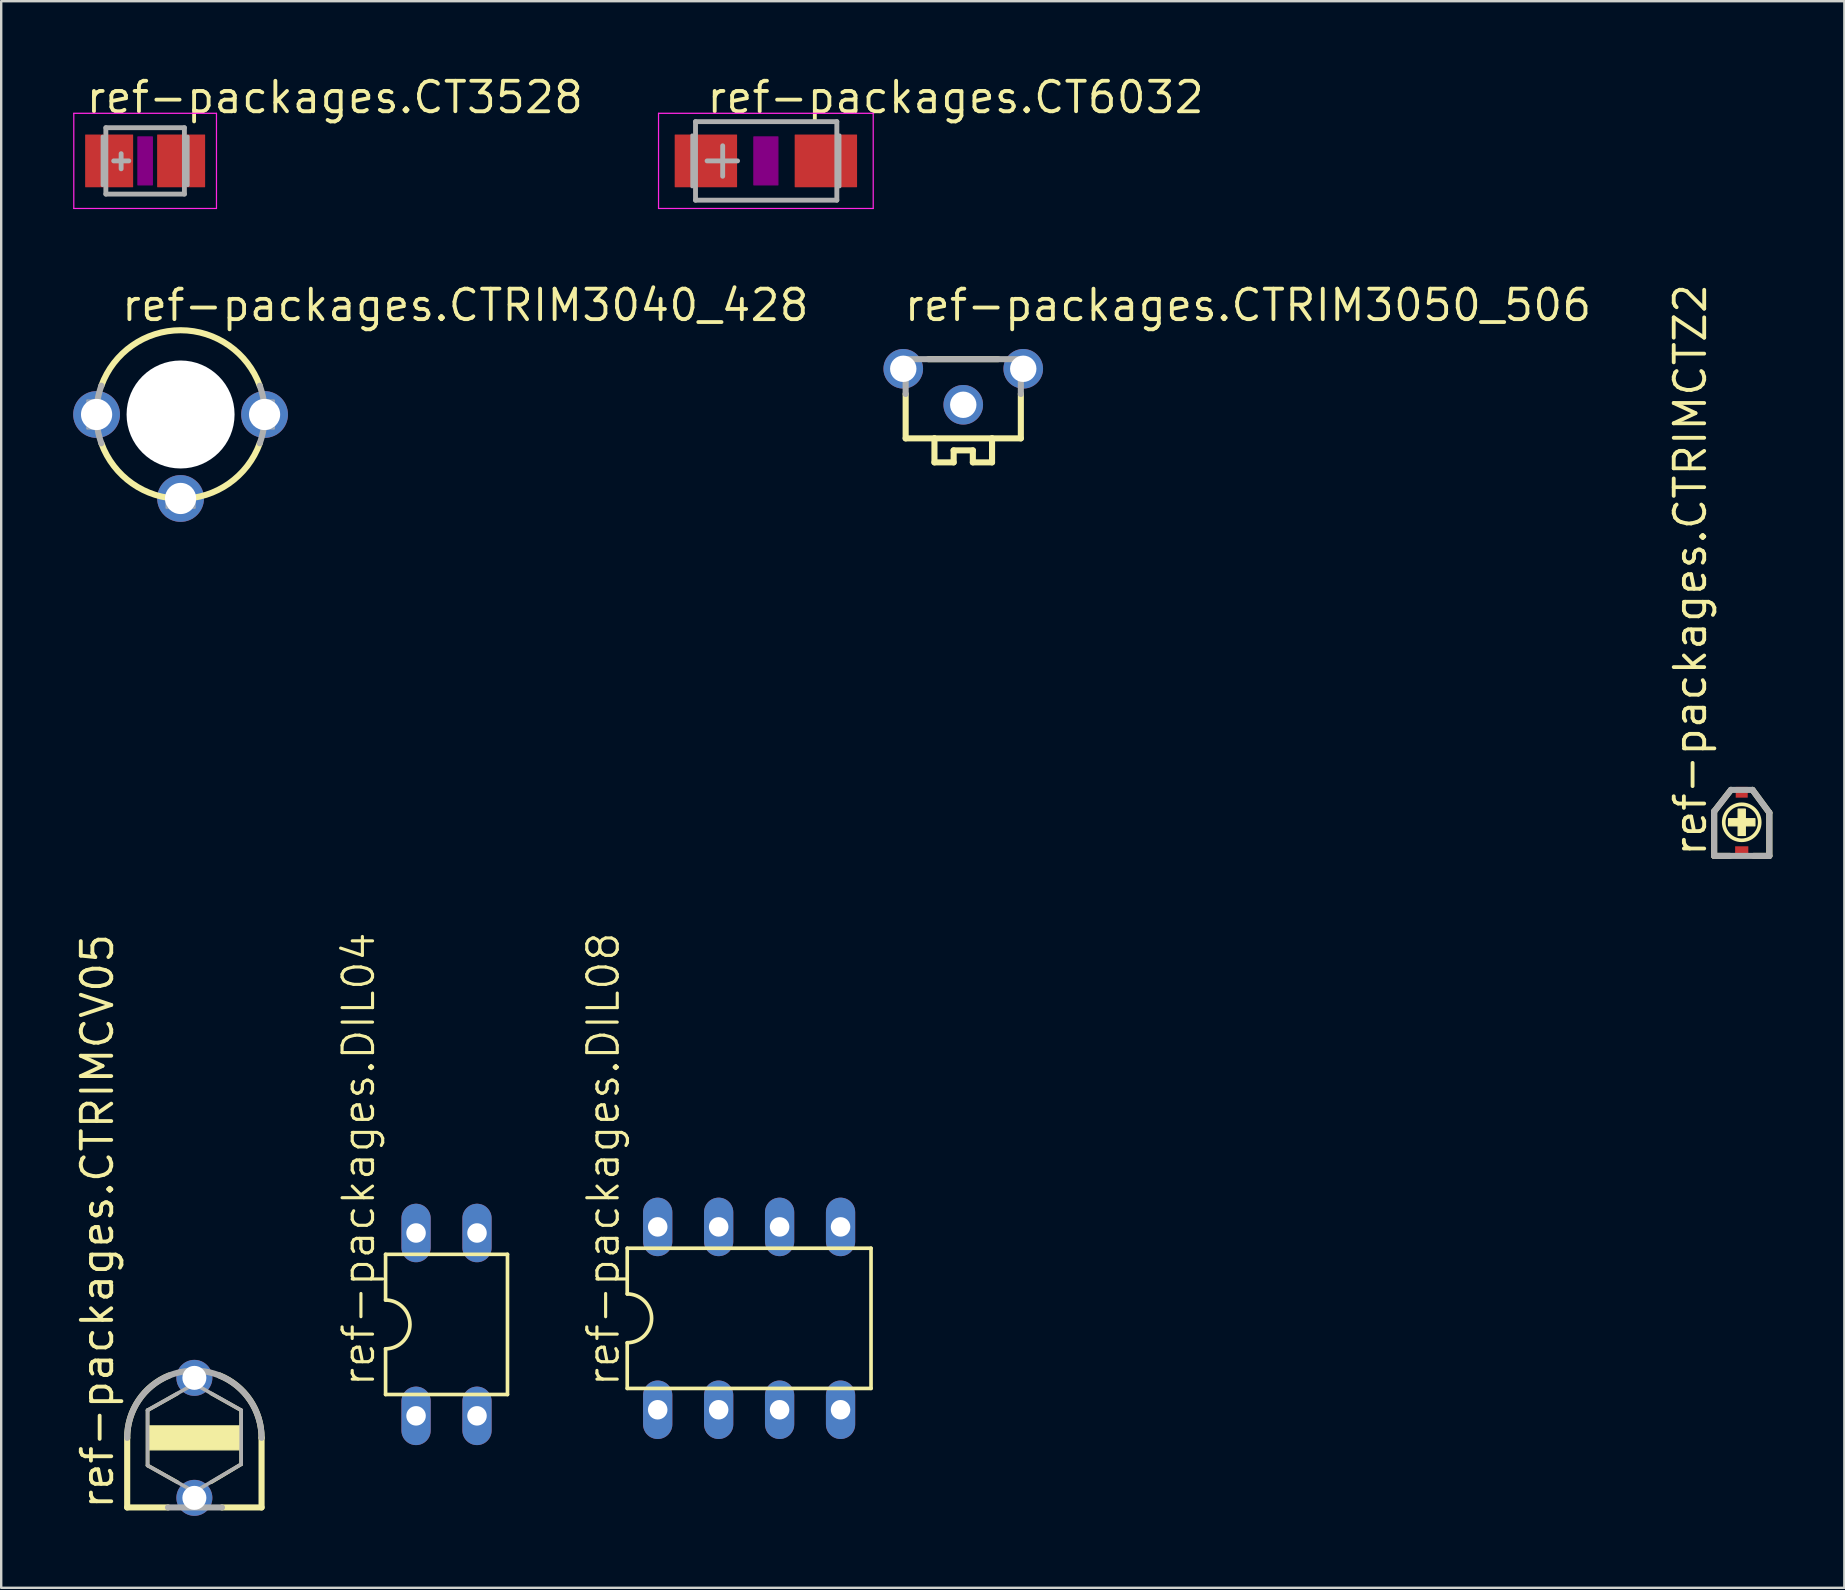
<source format=kicad_pcb>
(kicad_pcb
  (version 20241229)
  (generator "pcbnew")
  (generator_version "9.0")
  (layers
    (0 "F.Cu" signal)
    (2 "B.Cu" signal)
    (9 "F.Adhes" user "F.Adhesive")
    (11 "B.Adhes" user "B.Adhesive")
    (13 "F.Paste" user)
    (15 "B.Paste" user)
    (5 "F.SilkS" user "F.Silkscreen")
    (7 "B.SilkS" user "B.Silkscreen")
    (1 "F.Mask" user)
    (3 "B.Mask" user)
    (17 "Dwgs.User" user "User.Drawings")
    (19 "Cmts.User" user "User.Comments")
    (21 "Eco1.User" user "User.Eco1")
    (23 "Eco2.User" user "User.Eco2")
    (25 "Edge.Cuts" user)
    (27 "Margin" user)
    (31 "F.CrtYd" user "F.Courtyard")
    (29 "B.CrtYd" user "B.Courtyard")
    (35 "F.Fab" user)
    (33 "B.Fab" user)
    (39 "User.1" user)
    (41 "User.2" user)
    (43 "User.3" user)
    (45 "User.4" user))
  (footprint "ref-packages.DIL04"
    (layer "F.Cu")
    (at 15.558 52.142)
    (property "Reference" "ref-packages.DIL04" (at -2.921 2.667 90) (layer "F.SilkS") (effects (font (size 1.27 1.27) (thickness 0.13)) (justify left bottom)))
    (attr through_hole)
    (fp_line (start -2.54 -2.921) (end -2.54 -1.016) (stroke (width 0.152) (type default)) (layer "F.SilkS"))
    (fp_line (start -2.54 2.921) (end -2.54 1.016) (stroke (width 0.152) (type default)) (layer "F.SilkS"))
    (fp_line (start -2.54 2.921) (end 2.54 2.921) (stroke (width 0.152) (type default)) (layer "F.SilkS"))
    (fp_line (start 2.54 -2.921) (end -2.54 -2.921) (stroke (width 0.152) (type default)) (layer "F.SilkS"))
    (fp_line (start 2.54 -2.921) (end 2.54 2.921) (stroke (width 0.152) (type default)) (layer "F.SilkS"))
    (fp_arc (start -2.54 -1.016) (mid -1.524 0) (end -2.54 1.016) (stroke (width 0.1524) (type default)) (layer "F.SilkS"))
    (pad "1" thru_hole oval (at -1.27 3.81 90) (size 2.438 1.219) (drill 0.813) (layers "*.Cu" "*.Mask"))
    (pad "2" thru_hole oval (at 1.27 3.81 90) (size 2.438 1.219) (drill 0.813) (layers "*.Cu" "*.Mask"))
    (pad "3" thru_hole oval (at 1.27 -3.81 90) (size 2.438 1.219) (drill 0.813) (layers "*.Cu" "*.Mask"))
    (pad "4" thru_hole oval (at -1.27 -3.81 90) (size 2.438 1.219) (drill 0.813) (layers "*.Cu" "*.Mask")))
  (footprint "ref-packages.CTRIM3050_506"
    (layer "F.Cu")
    (at 37.091 13.588)
    (property "Reference" "ref-packages.CTRIM3050_506" (at -2.54 -3.175 0) (layer "F.SilkS") (effects (font (size 1.27 1.27) (thickness 0.16)) (justify left bottom)))
    (attr through_hole)
    (fp_line (start -2.4 -0.22) (end -2.4 1.63) (stroke (width 0.254) (type default)) (layer "F.SilkS"))
    (fp_line (start -1.45 -1.67) (end 1.45 -1.67) (stroke (width 0.254) (type default)) (layer "F.SilkS"))
    (fp_line (start -1.2 1.63) (end -2.4 1.63) (stroke (width 0.254) (type default)) (layer "F.SilkS"))
    (fp_line (start -1.2 1.63) (end 1.2 1.63) (stroke (width 0.254) (type default)) (layer "F.SilkS"))
    (fp_line (start -1.2 2.63) (end -1.2 1.63) (stroke (width 0.254) (type default)) (layer "F.SilkS"))
    (fp_line (start -1.2 2.63) (end -0.4 2.63) (stroke (width 0.254) (type default)) (layer "F.SilkS"))
    (fp_line (start -0.4 2.13) (end 0.4 2.13) (stroke (width 0.254) (type default)) (layer "F.SilkS"))
    (fp_line (start -0.4 2.63) (end -0.4 2.13) (stroke (width 0.254) (type default)) (layer "F.SilkS"))
    (fp_line (start 0.4 2.13) (end 0.4 2.63) (stroke (width 0.254) (type default)) (layer "F.SilkS"))
    (fp_line (start 0.4 2.63) (end 1.2 2.63) (stroke (width 0.254) (type default)) (layer "F.SilkS"))
    (fp_line (start 1.2 1.63) (end 1.2 2.63) (stroke (width 0.254) (type default)) (layer "F.SilkS"))
    (fp_line (start 1.2 1.63) (end 2.4 1.63) (stroke (width 0.254) (type default)) (layer "F.SilkS"))
    (fp_line (start 2.4 1.63) (end 2.4 -0.22) (stroke (width 0.254) (type default)) (layer "F.SilkS"))
    (fp_line (start -2.4 -0.22) (end -2.4 -1.67) (stroke (width 0.254) (type default)) (layer "F.Fab"))
    (fp_line (start 2.4 -1.67) (end -2.4 -1.67) (stroke (width 0.254) (type default)) (layer "F.Fab"))
    (fp_line (start 2.4 -0.22) (end 2.4 -1.67) (stroke (width 0.254) (type default)) (layer "F.Fab"))
    (pad "1A" thru_hole circle (at -2.5 -1.27) (size 1.65 1.65) (drill 1.1) (layers "*.Cu" "*.Mask"))
    (pad "1B" thru_hole circle (at 2.5 -1.27) (size 1.65 1.65) (drill 1.1) (layers "*.Cu" "*.Mask"))
    (pad "2" thru_hole circle (at 0 0.23) (size 1.65 1.65) (drill 1.1) (layers "*.Cu" "*.Mask")))
  (footprint "ref-packages.CT3528"
    (layer "F.Cu")
    (at 2.998 3.655)
    (property "Reference" "ref-packages.CT3528" (at -2.54 -1.905 0) (layer "F.SilkS") (effects (font (size 1.27 1.27) (thickness 0.16)) (justify left bottom)))
    (attr smd)
    (fp_rect (start -0.3 1) (end 0.3 -1) (stroke (width 0.05) (type default)) (fill yes) (layer "F.Adhes"))
    (fp_line (start -2.973 -1.983) (end 2.973 -1.983) (stroke (width 0.051) (type default)) (layer "F.CrtYd"))
    (fp_line (start -2.973 1.983) (end -2.973 -1.983) (stroke (width 0.051) (type default)) (layer "F.CrtYd"))
    (fp_line (start 2.973 -1.983) (end 2.973 1.983) (stroke (width 0.051) (type default)) (layer "F.CrtYd"))
    (fp_line (start 2.973 1.983) (end -2.973 1.983) (stroke (width 0.051) (type default)) (layer "F.CrtYd"))
    (fp_line (start -1.778 -1.016) (end -1.778 1.016) (stroke (width 0.152) (type default)) (layer "F.Fab"))
    (fp_line (start -1.637 1.383) (end -1.637 -1.383) (stroke (width 0.203) (type default)) (layer "F.Fab"))
    (fp_line (start -1 -0.3) (end -1 0.33) (stroke (width 0.203) (type default)) (layer "F.Fab"))
    (fp_line (start -0.68 0) (end -1.31 0) (stroke (width 0.203) (type default)) (layer "F.Fab"))
    (fp_line (start 1.637 -1.383) (end -1.637 -1.383) (stroke (width 0.203) (type default)) (layer "F.Fab"))
    (fp_line (start 1.637 1.383) (end -1.637 1.383) (stroke (width 0.203) (type default)) (layer "F.Fab"))
    (fp_line (start 1.637 1.383) (end 1.637 -1.383) (stroke (width 0.203) (type default)) (layer "F.Fab"))
    (fp_line (start 1.778 -1.016) (end 1.778 1.016) (stroke (width 0.152) (type default)) (layer "F.Fab"))
    (pad "+" smd roundrect (at -1.5 0) (size 2 2.2) (layers "F.Cu" "F.Mask" "F.Paste") (roundrect_rratio 0.01))
    (pad "-" smd roundrect (at 1.5 0) (size 2 2.2) (layers "F.Cu" "F.Mask" "F.Paste") (roundrect_rratio 0.01)))
  (footprint "ref-packages.CTRIM3040_428"
    (layer "F.Cu")
    (at 4.475 14.223)
    (property "Reference" "ref-packages.CTRIM3040_428" (at -2.54 -3.81 0) (layer "F.SilkS") (effects (font (size 1.27 1.27) (thickness 0.16)) (justify left bottom)))
    (attr through_hole)
    (fp_line (start -0.3 1.5) (end 0.7 -1.3) (stroke (width 0.152) (type default)) (layer "F.SilkS"))
    (fp_line (start 0.3 -1.5) (end -0.7 1.3) (stroke (width 0.152) (type default)) (layer "F.SilkS"))
    (fp_arc (start -3.3 -1.2) (mid 0 -3.51141) (end 3.3 -1.2) (stroke (width 0.254) (type default)) (layer "F.SilkS"))
    (fp_arc (start 3.3 1.2) (mid 0 3.51141) (end -3.3 1.2) (stroke (width 0.254) (type default)) (layer "F.SilkS"))
    (fp_circle (center 0 0) (end 1.6 0) (stroke (width 0.152) (type default)) (fill no) (layer "F.SilkS"))
    (fp_rect (start -3.9 0.6) (end -3.5 -0.6) (stroke (width 0.05) (type default)) (fill no) (layer "F.Fab"))
    (fp_rect (start -0.6 3.9) (end 0.6 3.5) (stroke (width 0.05) (type default)) (fill no) (layer "F.Fab"))
    (fp_rect (start 3.5 0.6) (end 3.9 -0.6) (stroke (width 0.05) (type default)) (fill no) (layer "F.Fab"))
    (fp_arc (start -3.3 1.2) (mid -3.51141 0) (end -3.3 -1.2) (stroke (width 0.254) (type default)) (layer "F.Fab"))
    (fp_arc (start 3.3 -1.2) (mid 3.51141 0) (end 3.3 1.2) (stroke (width 0.254) (type default)) (layer "F.Fab"))
    (pad "" np_thru_hole circle (at 0 0) (size 4.5 4.5) (drill 4.5) (layers "*.Cu" "*.Mask"))
    (pad "1A" thru_hole circle (at -3.5 0) (size 1.95 1.95) (drill 1.3) (layers "*.Cu" "*.Mask"))
    (pad "1B" thru_hole circle (at 3.5 0) (size 1.95 1.95) (drill 1.3) (layers "*.Cu" "*.Mask"))
    (pad "2" thru_hole circle (at 0 3.5) (size 1.95 1.95) (drill 1.3) (layers "*.Cu" "*.Mask")))
  (footprint "ref-packages.CTRIMCTZ2"
    (layer "F.Cu")
    (at 69.532 31.217)
    (property "Reference" "ref-packages.CTRIMCTZ2" (at -1.4 1.5 90) (layer "F.SilkS") (effects (font (size 1.27 1.27) (thickness 0.16)) (justify left bottom)))
    (attr smd)
    (fp_line (start -1.15 -0.45) (end -0.45 -1.35) (stroke (width 0.254) (type default)) (layer "F.SilkS"))
    (fp_line (start -1.15 1.4) (end -1.15 -0.45) (stroke (width 0.254) (type default)) (layer "F.SilkS"))
    (fp_line (start -0.5 1.4) (end -1.15 1.4) (stroke (width 0.254) (type default)) (layer "F.SilkS"))
    (fp_line (start 0.5 1.4) (end 1.15 1.4) (stroke (width 0.254) (type default)) (layer "F.SilkS"))
    (fp_line (start 1.15 -0.4) (end 0.45 -1.35) (stroke (width 0.254) (type default)) (layer "F.SilkS"))
    (fp_line (start 1.15 1.4) (end 1.15 -0.4) (stroke (width 0.254) (type default)) (layer "F.SilkS"))
    (fp_rect (start -0.55 0.15) (end 0.55 -0.15) (stroke (width 0.05) (type default)) (fill yes) (layer "F.SilkS"))
    (fp_rect (start -0.15 0.55) (end 0.15 -0.55) (stroke (width 0.05) (type default)) (fill yes) (layer "F.SilkS"))
    (fp_circle (center 0 0) (end 0.75 0) (stroke (width 0.152) (type default)) (fill no) (layer "F.SilkS"))
    (fp_line (start -1.15 -0.45) (end -0.45 -1.35) (stroke (width 0.254) (type default)) (layer "F.Fab"))
    (fp_line (start -1.15 1.4) (end -1.15 -0.45) (stroke (width 0.254) (type default)) (layer "F.Fab"))
    (fp_line (start -0.45 -1.35) (end 0.45 -1.35) (stroke (width 0.254) (type default)) (layer "F.Fab"))
    (fp_line (start 0.45 -1.35) (end 1.15 -0.4) (stroke (width 0.254) (type default)) (layer "F.Fab"))
    (fp_line (start 1.15 -0.4) (end 1.15 1.4) (stroke (width 0.254) (type default)) (layer "F.Fab"))
    (fp_line (start 1.15 1.4) (end -1.15 1.4) (stroke (width 0.254) (type default)) (layer "F.Fab"))
    (pad "1" smd roundrect (at 0 -1.25) (size 0.5 0.45) (layers "F.Cu" "F.Mask" "F.Paste") (roundrect_rratio 0.01))
    (pad "2" smd roundrect (at 0 1.25) (size 0.55 0.5) (layers "F.Cu" "F.Mask" "F.Paste") (roundrect_rratio 0.01)))
  (footprint "ref-packages.DIL08"
    (layer "F.Cu")
    (at 28.168 51.888)
    (property "Reference" "ref-packages.DIL08" (at -5.334 2.921 90) (layer "F.SilkS") (effects (font (size 1.27 1.27) (thickness 0.13)) (justify left bottom)))
    (attr through_hole)
    (fp_line (start -5.08 -2.921) (end -5.08 -1.016) (stroke (width 0.152) (type default)) (layer "F.SilkS"))
    (fp_line (start -5.08 2.921) (end -5.08 1.016) (stroke (width 0.152) (type default)) (layer "F.SilkS"))
    (fp_line (start -5.08 2.921) (end 5.08 2.921) (stroke (width 0.152) (type default)) (layer "F.SilkS"))
    (fp_line (start 5.08 -2.921) (end -5.08 -2.921) (stroke (width 0.152) (type default)) (layer "F.SilkS"))
    (fp_line (start 5.08 -2.921) (end 5.08 2.921) (stroke (width 0.152) (type default)) (layer "F.SilkS"))
    (fp_arc (start -5.08 -1.016) (mid -4.064 0) (end -5.08 1.016) (stroke (width 0.1524) (type default)) (layer "F.SilkS"))
    (pad "1" thru_hole oval (at -3.81 3.81 90) (size 2.438 1.219) (drill 0.813) (layers "*.Cu" "*.Mask"))
    (pad "2" thru_hole oval (at -1.27 3.81 90) (size 2.438 1.219) (drill 0.813) (layers "*.Cu" "*.Mask"))
    (pad "3" thru_hole oval (at 1.27 3.81 90) (size 2.438 1.219) (drill 0.813) (layers "*.Cu" "*.Mask"))
    (pad "4" thru_hole oval (at 3.81 3.81 90) (size 2.438 1.219) (drill 0.813) (layers "*.Cu" "*.Mask"))
    (pad "5" thru_hole oval (at 3.81 -3.81 90) (size 2.438 1.219) (drill 0.813) (layers "*.Cu" "*.Mask"))
    (pad "6" thru_hole oval (at 1.27 -3.81 90) (size 2.438 1.219) (drill 0.813) (layers "*.Cu" "*.Mask"))
    (pad "7" thru_hole oval (at -1.27 -3.81 90) (size 2.438 1.219) (drill 0.813) (layers "*.Cu" "*.Mask"))
    (pad "8" thru_hole oval (at -3.81 -3.81 90) (size 2.438 1.219) (drill 0.813) (layers "*.Cu" "*.Mask")))
  (footprint "ref-packages.CT6032"
    (layer "F.Cu")
    (at 28.866 3.655)
    (property "Reference" "ref-packages.CT6032" (at -2.54 -1.905 0) (layer "F.SilkS") (effects (font (size 1.27 1.27) (thickness 0.16)) (justify left bottom)))
    (attr smd)
    (fp_rect (start -0.5 1) (end 0.5 -1) (stroke (width 0.05) (type default)) (fill yes) (layer "F.Adhes"))
    (fp_line (start -4.473 -1.983) (end 4.473 -1.983) (stroke (width 0.051) (type default)) (layer "F.CrtYd"))
    (fp_line (start -4.473 1.983) (end -4.473 -1.983) (stroke (width 0.051) (type default)) (layer "F.CrtYd"))
    (fp_line (start 4.473 -1.983) (end 4.473 1.983) (stroke (width 0.051) (type default)) (layer "F.CrtYd"))
    (fp_line (start 4.473 1.983) (end -4.473 1.983) (stroke (width 0.051) (type default)) (layer "F.CrtYd"))
    (fp_line (start -3.073 -1.067) (end -3.073 1.067) (stroke (width 0.152) (type default)) (layer "F.Fab"))
    (fp_line (start -2.932 1.637) (end -2.932 -1.637) (stroke (width 0.203) (type default)) (layer "F.Fab"))
    (fp_line (start -1.8 -0.63) (end -1.8 0.64) (stroke (width 0.203) (type default)) (layer "F.Fab"))
    (fp_line (start -1.18 0) (end -2.45 0) (stroke (width 0.203) (type default)) (layer "F.Fab"))
    (fp_line (start 2.957 -1.637) (end -2.932 -1.637) (stroke (width 0.203) (type default)) (layer "F.Fab"))
    (fp_line (start 2.957 1.637) (end -2.932 1.637) (stroke (width 0.203) (type default)) (layer "F.Fab"))
    (fp_line (start 2.957 1.637) (end 2.957 -1.637) (stroke (width 0.203) (type default)) (layer "F.Fab"))
    (fp_line (start 3.073 -1.067) (end 3.073 1.067) (stroke (width 0.152) (type default)) (layer "F.Fab"))
    (pad "+" smd roundrect (at -2.5 0) (size 2.6 2.2) (layers "F.Cu" "F.Mask" "F.Paste") (roundrect_rratio 0.01))
    (pad "-" smd roundrect (at 2.5 0) (size 2.6 2.2) (layers "F.Cu" "F.Mask" "F.Paste") (roundrect_rratio 0.01)))
  (footprint "ref-packages.CTRIMCV05"
    (layer "F.Cu")
    (at 5.05 56.869)
    (property "Reference" "ref-packages.CTRIMCV05" (at -3.3 3.05 90) (layer "F.SilkS") (effects (font (size 1.27 1.27) (thickness 0.16)) (justify left bottom)))
    (attr through_hole)
    (fp_line (start -2.8 0) (end -2.8 2.9) (stroke (width 0.254) (type default)) (layer "F.SilkS"))
    (fp_line (start -2.8 2.9) (end -1.1 2.9) (stroke (width 0.254) (type default)) (layer "F.SilkS"))
    (fp_line (start -1.95 -1.15) (end -0.7 -1.85) (stroke (width 0.152) (type default)) (layer "F.SilkS"))
    (fp_line (start -1.95 1.15) (end -1.95 -1.15) (stroke (width 0.152) (type default)) (layer "F.SilkS"))
    (fp_line (start -1.95 1.15) (end -0.7 1.85) (stroke (width 0.152) (type default)) (layer "F.SilkS"))
    (fp_line (start 0.7 -1.85) (end 1.95 -1.15) (stroke (width 0.152) (type default)) (layer "F.SilkS"))
    (fp_line (start 0.7 1.85) (end 1.95 1.1) (stroke (width 0.152) (type default)) (layer "F.SilkS"))
    (fp_line (start 1.15 2.9) (end 2.8 2.9) (stroke (width 0.254) (type default)) (layer "F.SilkS"))
    (fp_line (start 1.95 -1.15) (end 1.95 1.1) (stroke (width 0.152) (type default)) (layer "F.SilkS"))
    (fp_line (start 2.8 2.9) (end 2.8 0) (stroke (width 0.254) (type default)) (layer "F.SilkS"))
    (fp_rect (start -1.9 0.5) (end 1.95 -0.5) (stroke (width 0.05) (type default)) (fill yes) (layer "F.SilkS"))
    (fp_arc (start -2.8 0) (mid -2.322848 -1.567783) (end -1.05 -2.6) (stroke (width 0.254) (type default)) (layer "F.SilkS"))
    (fp_arc (start 1.05 -2.6) (mid 2.322848 -1.567783) (end 2.8 0) (stroke (width 0.254) (type default)) (layer "F.SilkS"))
    (fp_line (start -1.95 -1.15) (end 0 -2.25) (stroke (width 0.152) (type default)) (layer "F.Fab"))
    (fp_line (start -1.95 1.15) (end -1.95 -1.15) (stroke (width 0.152) (type default)) (layer "F.Fab"))
    (fp_line (start -1.1 2.9) (end 1.15 2.9) (stroke (width 0.254) (type default)) (layer "F.Fab"))
    (fp_line (start 0 -2.25) (end 1.95 -1.15) (stroke (width 0.152) (type default)) (layer "F.Fab"))
    (fp_line (start 0 2.25) (end -1.95 1.15) (stroke (width 0.152) (type default)) (layer "F.Fab"))
    (fp_line (start 1.95 -1.15) (end 1.95 1.1) (stroke (width 0.152) (type default)) (layer "F.Fab"))
    (fp_line (start 1.95 1.1) (end 0 2.25) (stroke (width 0.152) (type default)) (layer "F.Fab"))
    (fp_arc (start -2.8 0) (mid 0 -2.8) (end 2.8 0) (stroke (width 0.254) (type default)) (layer "F.Fab"))
    (pad "1" thru_hole circle (at 0 -2.5) (size 1.5 1.5) (drill 1) (layers "*.Cu" "*.Mask"))
    (pad "2" thru_hole circle (at 0 2.5) (size 1.5 1.5) (drill 1) (layers "*.Cu" "*.Mask")))
  (gr_rect
    (start -3 -3)
    (end 73.809 63.119)
    (stroke (width 0.1) (type default))
    (fill no)
    (layer "Edge.Cuts")))
</source>
